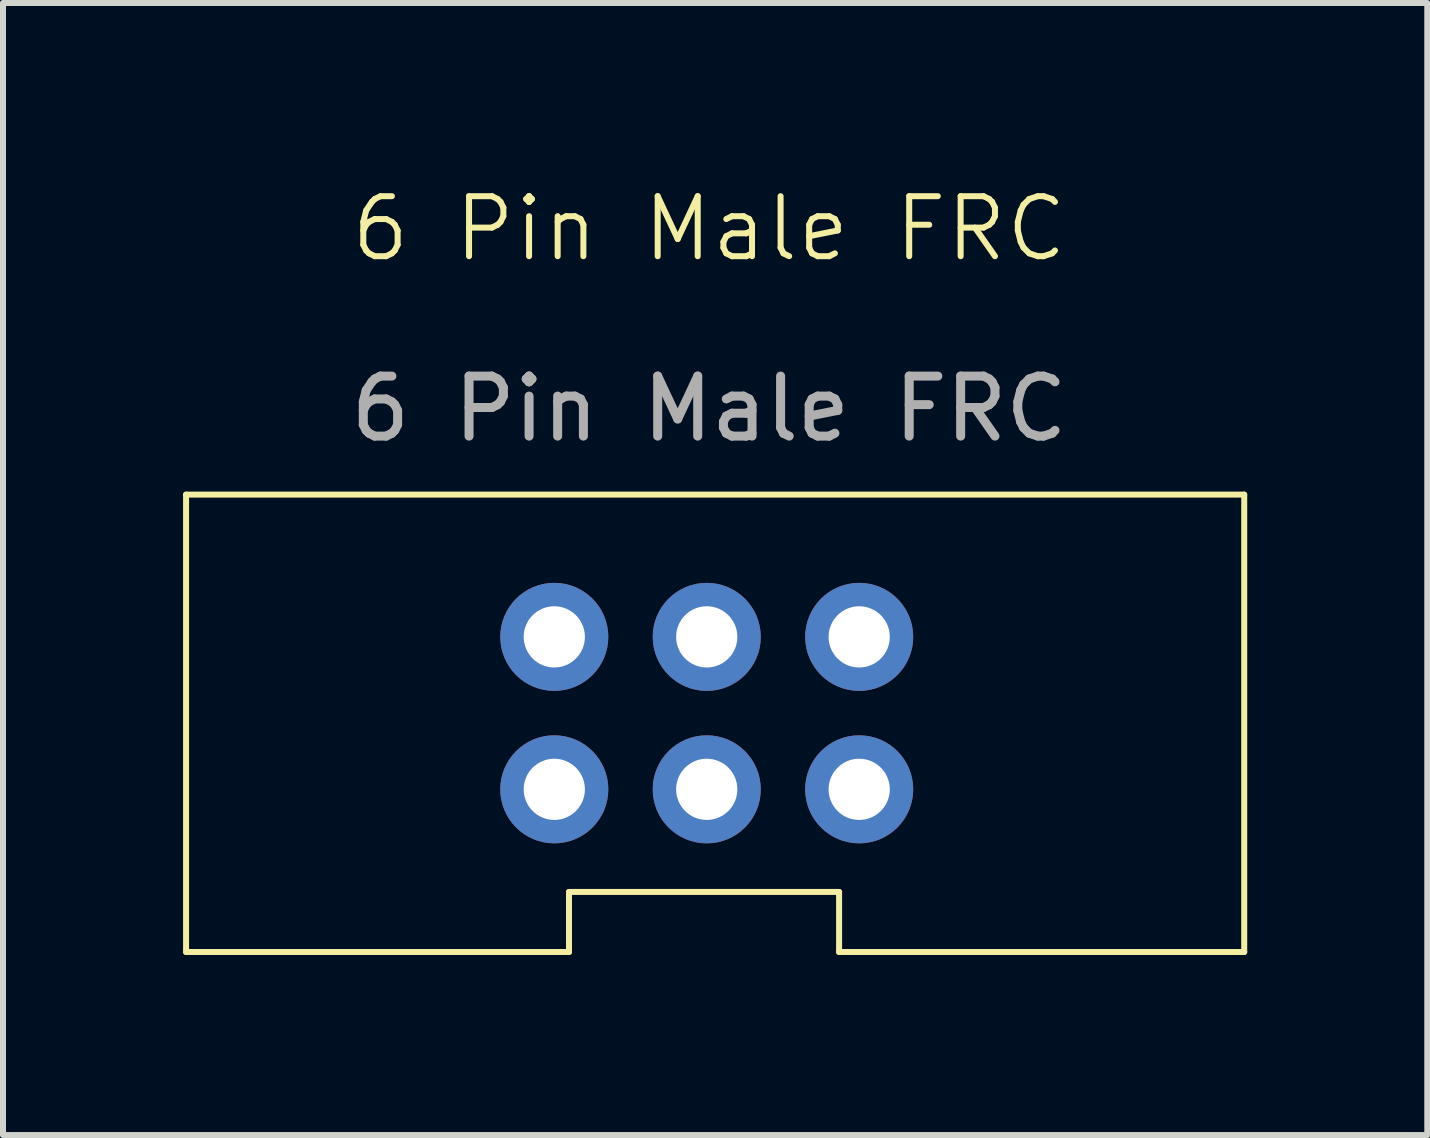
<source format=kicad_pcb>
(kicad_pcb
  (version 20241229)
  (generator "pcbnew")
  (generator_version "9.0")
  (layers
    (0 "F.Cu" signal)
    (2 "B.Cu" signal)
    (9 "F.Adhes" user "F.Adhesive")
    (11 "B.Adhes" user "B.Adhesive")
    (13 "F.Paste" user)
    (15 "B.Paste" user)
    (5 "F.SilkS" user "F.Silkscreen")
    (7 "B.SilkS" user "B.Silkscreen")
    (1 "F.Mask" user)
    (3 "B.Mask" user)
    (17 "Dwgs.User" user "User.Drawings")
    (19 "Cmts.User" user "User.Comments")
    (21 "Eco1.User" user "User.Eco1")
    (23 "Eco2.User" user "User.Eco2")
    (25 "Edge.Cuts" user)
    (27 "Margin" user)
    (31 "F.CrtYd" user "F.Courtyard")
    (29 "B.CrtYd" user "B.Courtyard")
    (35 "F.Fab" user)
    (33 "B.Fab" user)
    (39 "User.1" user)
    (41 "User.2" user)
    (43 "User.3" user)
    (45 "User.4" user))
  (footprint "6 Pin Male FRC"
    (layer "F.Cu")
    (at 8.68 8.861)
    (property "Reference" "6 Pin Male FRC" (at 0.085 -8.1 0) (unlocked yes) (layer "F.SilkS") (effects (font (size 1 1) (thickness 0.1))))
    (attr through_hole)
    (fp_line (start -8.63 -3.67) (end 9 -3.67) (stroke (width 0.1) (type default)) (layer "F.SilkS"))
    (fp_line (start -8.63 3.95) (end -8.63 -3.67) (stroke (width 0.1) (type default)) (layer "F.SilkS"))
    (fp_line (start -8.63 3.95) (end -2.25 3.95) (stroke (width 0.1) (type default)) (layer "F.SilkS"))
    (fp_line (start -2.25 2.95) (end 2.25 2.95) (stroke (width 0.1) (type default)) (layer "F.SilkS"))
    (fp_line (start -2.25 3.95) (end -2.25 2.95) (stroke (width 0.1) (type default)) (layer "F.SilkS"))
    (fp_line (start 2.25 2.95) (end 2.25 3.95) (stroke (width 0.1) (type default)) (layer "F.SilkS"))
    (fp_line (start 9 -3.67) (end 9 3.95) (stroke (width 0.1) (type default)) (layer "F.SilkS"))
    (fp_line (start 9 3.95) (end 2.25 3.95) (stroke (width 0.1) (type default)) (layer "F.SilkS"))
    (fp_text user "6 Pin Male FRC" (at 0.085 -5.1 0) (unlocked yes) (layer "F.Fab") (effects (font (size 1 1) (thickness 0.15))))
    (pad "1" thru_hole circle (at -2.495 1.24) (size 1.8 1.8) (drill 1.02) (layers "*.Cu" "*.Mask"))
    (pad "2" thru_hole circle (at -2.495 -1.3) (size 1.8 1.8) (drill 1.02) (layers "*.Cu" "*.Mask"))
    (pad "3" thru_hole circle (at 0.045 1.24) (size 1.8 1.8) (drill 1.02) (layers "*.Cu" "*.Mask"))
    (pad "4" thru_hole circle (at 0.045 -1.3) (size 1.8 1.8) (drill 1.02) (layers "*.Cu" "*.Mask"))
    (pad "5" thru_hole circle (at 2.585 1.24) (size 1.8 1.8) (drill 1.02) (layers "*.Cu" "*.Mask"))
    (pad "6" thru_hole circle (at 2.585 -1.3) (size 1.8 1.8) (drill 1.02) (layers "*.Cu" "*.Mask")))
  (gr_rect
    (start -3 -3)
    (end 20.73 15.861)
    (stroke (width 0.1) (type default))
    (fill no)
    (layer "Edge.Cuts")))
</source>
